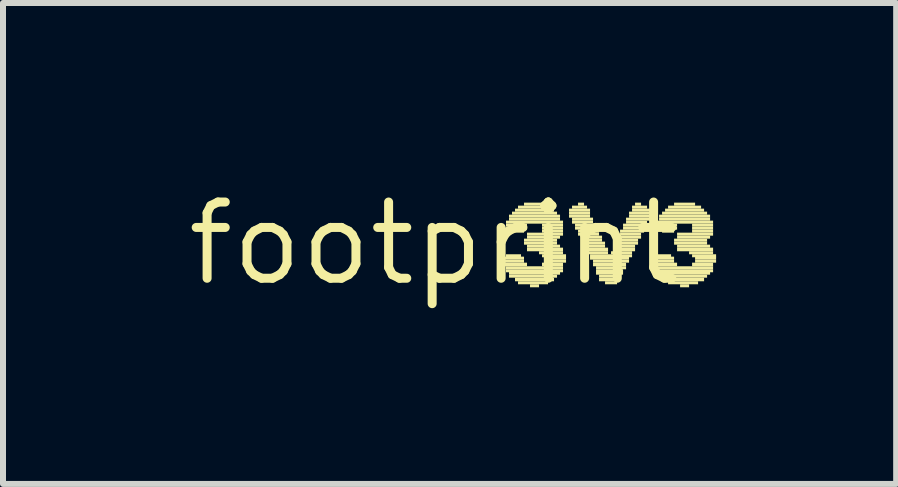
<source format=kicad_pcb>
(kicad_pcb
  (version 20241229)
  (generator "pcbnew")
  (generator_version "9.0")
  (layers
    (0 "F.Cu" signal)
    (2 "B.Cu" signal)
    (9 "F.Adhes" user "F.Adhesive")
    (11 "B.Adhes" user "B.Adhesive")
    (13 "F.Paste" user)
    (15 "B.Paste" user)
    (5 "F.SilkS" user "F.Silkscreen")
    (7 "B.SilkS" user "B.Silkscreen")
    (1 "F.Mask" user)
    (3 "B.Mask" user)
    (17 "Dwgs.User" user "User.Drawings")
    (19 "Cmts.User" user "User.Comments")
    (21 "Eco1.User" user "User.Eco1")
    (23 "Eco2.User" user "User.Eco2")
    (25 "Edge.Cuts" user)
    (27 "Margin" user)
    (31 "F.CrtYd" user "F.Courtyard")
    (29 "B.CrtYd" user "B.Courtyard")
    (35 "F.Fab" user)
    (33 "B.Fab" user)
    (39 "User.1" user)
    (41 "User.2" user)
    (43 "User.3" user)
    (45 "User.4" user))
  (footprint "footprint"
    (layer "F.Cu")
    (at 4.18 1.006)
    (property "Reference" "footprint" (at 0 0 0) (layer "F.SilkS") (effects (font (size 1.27 1.27) (thickness 0.15))))
    (fp_poly (pts (xy 1.15 0.27) (xy 1.5 0.27) (xy 1.5 0.22) (xy 1.15 0.22)) (stroke (width 0) (type solid)) (fill yes) (layer "F.SilkS"))
    (fp_poly (pts (xy 1.15 0.32) (xy 1.5 0.32) (xy 1.5 0.27) (xy 1.15 0.27)) (stroke (width 0) (type solid)) (fill yes) (layer "F.SilkS"))
    (fp_poly (pts (xy 1.15 0.38) (xy 1.55 0.38) (xy 1.55 0.32) (xy 1.15 0.32)) (stroke (width 0) (type solid)) (fill yes) (layer "F.SilkS"))
    (fp_poly (pts (xy 1.2 -0.33) (xy 2.15 -0.33) (xy 2.15 -0.38) (xy 1.2 -0.38)) (stroke (width 0) (type solid)) (fill yes) (layer "F.SilkS"))
    (fp_poly (pts (xy 1.2 -0.28) (xy 1.55 -0.28) (xy 1.55 -0.33) (xy 1.2 -0.33)) (stroke (width 0) (type solid)) (fill yes) (layer "F.SilkS"))
    (fp_poly (pts (xy 1.2 0.23) (xy 1.45 0.23) (xy 1.45 0.18) (xy 1.2 0.18)) (stroke (width 0) (type solid)) (fill yes) (layer "F.SilkS"))
    (fp_poly (pts (xy 1.2 0.43) (xy 2.15 0.43) (xy 2.15 0.38) (xy 1.2 0.38)) (stroke (width 0) (type solid)) (fill yes) (layer "F.SilkS"))
    (fp_poly (pts (xy 1.2 0.48) (xy 2.15 0.48) (xy 2.15 0.43) (xy 1.2 0.43)) (stroke (width 0) (type solid)) (fill yes) (layer "F.SilkS"))
    (fp_poly (pts (xy 1.25 -0.43) (xy 2.1 -0.43) (xy 2.1 -0.48) (xy 1.25 -0.48)) (stroke (width 0) (type solid)) (fill yes) (layer "F.SilkS"))
    (fp_poly (pts (xy 1.25 -0.38) (xy 2.1 -0.38) (xy 2.1 -0.43) (xy 1.25 -0.43)) (stroke (width 0) (type solid)) (fill yes) (layer "F.SilkS"))
    (fp_poly (pts (xy 1.25 -0.23) (xy 1.55 -0.23) (xy 1.55 -0.28) (xy 1.25 -0.28)) (stroke (width 0) (type solid)) (fill yes) (layer "F.SilkS"))
    (fp_poly (pts (xy 1.25 0.52) (xy 2.1 0.52) (xy 2.1 0.47) (xy 1.25 0.47)) (stroke (width 0) (type solid)) (fill yes) (layer "F.SilkS"))
    (fp_poly (pts (xy 1.25 0.57) (xy 2.05 0.57) (xy 2.05 0.52) (xy 1.25 0.52)) (stroke (width 0) (type solid)) (fill yes) (layer "F.SilkS"))
    (fp_poly (pts (xy 1.3 -0.48) (xy 2.05 -0.48) (xy 2.05 -0.53) (xy 1.3 -0.53)) (stroke (width 0) (type solid)) (fill yes) (layer "F.SilkS"))
    (fp_poly (pts (xy 1.3 -0.18) (xy 1.5 -0.18) (xy 1.5 -0.23) (xy 1.3 -0.23)) (stroke (width 0) (type solid)) (fill yes) (layer "F.SilkS"))
    (fp_poly (pts (xy 1.35 -0.53) (xy 2 -0.53) (xy 2 -0.58) (xy 1.35 -0.58)) (stroke (width 0) (type solid)) (fill yes) (layer "F.SilkS"))
    (fp_poly (pts (xy 1.35 0.63) (xy 2 0.63) (xy 2 0.57) (xy 1.35 0.57)) (stroke (width 0) (type solid)) (fill yes) (layer "F.SilkS"))
    (fp_poly (pts (xy 1.4 -0.58) (xy 1.95 -0.58) (xy 1.95 -0.63) (xy 1.4 -0.63)) (stroke (width 0) (type solid)) (fill yes) (layer "F.SilkS"))
    (fp_poly (pts (xy 1.4 0.68) (xy 1.9 0.68) (xy 1.9 0.63) (xy 1.4 0.63)) (stroke (width 0) (type solid)) (fill yes) (layer "F.SilkS"))
    (fp_poly (pts (xy 1.5 -0.63) (xy 1.85 -0.63) (xy 1.85 -0.68) (xy 1.5 -0.68)) (stroke (width 0) (type solid)) (fill yes) (layer "F.SilkS"))
    (fp_poly (pts (xy 1.5 -0.03) (xy 2.05 -0.03) (xy 2.05 -0.08) (xy 1.5 -0.08)) (stroke (width 0) (type solid)) (fill yes) (layer "F.SilkS"))
    (fp_poly (pts (xy 1.5 0.02) (xy 2.05 0.02) (xy 2.05 -0.03) (xy 1.5 -0.03)) (stroke (width 0) (type solid)) (fill yes) (layer "F.SilkS"))
    (fp_poly (pts (xy 1.55 -0.13) (xy 2.15 -0.13) (xy 2.15 -0.18) (xy 1.55 -0.18)) (stroke (width 0) (type solid)) (fill yes) (layer "F.SilkS"))
    (fp_poly (pts (xy 1.55 -0.08) (xy 2.1 -0.08) (xy 2.1 -0.13) (xy 1.55 -0.13)) (stroke (width 0) (type solid)) (fill yes) (layer "F.SilkS"))
    (fp_poly (pts (xy 1.55 0.07) (xy 2.1 0.07) (xy 2.1 0.02) (xy 1.55 0.02)) (stroke (width 0) (type solid)) (fill yes) (layer "F.SilkS"))
    (fp_poly (pts (xy 1.55 0.13) (xy 2.15 0.13) (xy 2.15 0.07) (xy 1.55 0.07)) (stroke (width 0) (type solid)) (fill yes) (layer "F.SilkS"))
    (fp_poly (pts (xy 1.6 0.73) (xy 1.75 0.73) (xy 1.75 0.68) (xy 1.6 0.68)) (stroke (width 0) (type solid)) (fill yes) (layer "F.SilkS"))
    (fp_poly (pts (xy 1.75 0.18) (xy 2.15 0.18) (xy 2.15 0.13) (xy 1.75 0.13)) (stroke (width 0) (type solid)) (fill yes) (layer "F.SilkS"))
    (fp_poly (pts (xy 1.8 -0.28) (xy 2.15 -0.28) (xy 2.15 -0.33) (xy 1.8 -0.33)) (stroke (width 0) (type solid)) (fill yes) (layer "F.SilkS"))
    (fp_poly (pts (xy 1.8 -0.23) (xy 2.15 -0.23) (xy 2.15 -0.28) (xy 1.8 -0.28)) (stroke (width 0) (type solid)) (fill yes) (layer "F.SilkS"))
    (fp_poly (pts (xy 1.8 -0.18) (xy 2.15 -0.18) (xy 2.15 -0.23) (xy 1.8 -0.23)) (stroke (width 0) (type solid)) (fill yes) (layer "F.SilkS"))
    (fp_poly (pts (xy 1.8 0.23) (xy 2.2 0.23) (xy 2.2 0.18) (xy 1.8 0.18)) (stroke (width 0) (type solid)) (fill yes) (layer "F.SilkS"))
    (fp_poly (pts (xy 1.8 0.38) (xy 2.15 0.38) (xy 2.15 0.32) (xy 1.8 0.32)) (stroke (width 0) (type solid)) (fill yes) (layer "F.SilkS"))
    (fp_poly (pts (xy 1.85 0.27) (xy 2.2 0.27) (xy 2.2 0.22) (xy 1.85 0.22)) (stroke (width 0) (type solid)) (fill yes) (layer "F.SilkS"))
    (fp_poly (pts (xy 1.85 0.32) (xy 2.2 0.32) (xy 2.2 0.27) (xy 1.85 0.27)) (stroke (width 0) (type solid)) (fill yes) (layer "F.SilkS"))
    (fp_poly (pts (xy 2.25 -0.53) (xy 2.6 -0.53) (xy 2.6 -0.58) (xy 2.25 -0.58)) (stroke (width 0) (type solid)) (fill yes) (layer "F.SilkS"))
    (fp_poly (pts (xy 2.25 -0.48) (xy 2.6 -0.48) (xy 2.6 -0.53) (xy 2.25 -0.53)) (stroke (width 0) (type solid)) (fill yes) (layer "F.SilkS"))
    (fp_poly (pts (xy 2.25 -0.43) (xy 2.6 -0.43) (xy 2.6 -0.48) (xy 2.25 -0.48)) (stroke (width 0) (type solid)) (fill yes) (layer "F.SilkS"))
    (fp_poly (pts (xy 2.3 -0.58) (xy 2.55 -0.58) (xy 2.55 -0.63) (xy 2.3 -0.63)) (stroke (width 0) (type solid)) (fill yes) (layer "F.SilkS"))
    (fp_poly (pts (xy 2.3 -0.38) (xy 2.65 -0.38) (xy 2.65 -0.43) (xy 2.3 -0.43)) (stroke (width 0) (type solid)) (fill yes) (layer "F.SilkS"))
    (fp_poly (pts (xy 2.3 -0.33) (xy 2.65 -0.33) (xy 2.65 -0.38) (xy 2.3 -0.38)) (stroke (width 0) (type solid)) (fill yes) (layer "F.SilkS"))
    (fp_poly (pts (xy 2.35 -0.28) (xy 2.7 -0.28) (xy 2.7 -0.33) (xy 2.35 -0.33)) (stroke (width 0) (type solid)) (fill yes) (layer "F.SilkS"))
    (fp_poly (pts (xy 2.35 -0.23) (xy 2.7 -0.23) (xy 2.7 -0.28) (xy 2.35 -0.28)) (stroke (width 0) (type solid)) (fill yes) (layer "F.SilkS"))
    (fp_poly (pts (xy 2.4 -0.63) (xy 2.5 -0.63) (xy 2.5 -0.68) (xy 2.4 -0.68)) (stroke (width 0) (type solid)) (fill yes) (layer "F.SilkS"))
    (fp_poly (pts (xy 2.4 -0.18) (xy 2.75 -0.18) (xy 2.75 -0.23) (xy 2.4 -0.23)) (stroke (width 0) (type solid)) (fill yes) (layer "F.SilkS"))
    (fp_poly (pts (xy 2.4 -0.13) (xy 2.75 -0.13) (xy 2.75 -0.18) (xy 2.4 -0.18)) (stroke (width 0) (type solid)) (fill yes) (layer "F.SilkS"))
    (fp_poly (pts (xy 2.45 -0.08) (xy 2.8 -0.08) (xy 2.8 -0.13) (xy 2.45 -0.13)) (stroke (width 0) (type solid)) (fill yes) (layer "F.SilkS"))
    (fp_poly (pts (xy 2.45 -0.03) (xy 2.8 -0.03) (xy 2.8 -0.08) (xy 2.45 -0.08)) (stroke (width 0) (type solid)) (fill yes) (layer "F.SilkS"))
    (fp_poly (pts (xy 2.5 0.02) (xy 2.85 0.02) (xy 2.85 -0.03) (xy 2.5 -0.03)) (stroke (width 0) (type solid)) (fill yes) (layer "F.SilkS"))
    (fp_poly (pts (xy 2.5 0.07) (xy 2.85 0.07) (xy 2.85 0.02) (xy 2.5 0.02)) (stroke (width 0) (type solid)) (fill yes) (layer "F.SilkS"))
    (fp_poly (pts (xy 2.55 0.13) (xy 2.9 0.13) (xy 2.9 0.07) (xy 2.55 0.07)) (stroke (width 0) (type solid)) (fill yes) (layer "F.SilkS"))
    (fp_poly (pts (xy 2.55 0.18) (xy 2.9 0.18) (xy 2.9 0.13) (xy 2.55 0.13)) (stroke (width 0) (type solid)) (fill yes) (layer "F.SilkS"))
    (fp_poly (pts (xy 2.6 0.23) (xy 3.3 0.23) (xy 3.3 0.18) (xy 2.6 0.18)) (stroke (width 0) (type solid)) (fill yes) (layer "F.SilkS"))
    (fp_poly (pts (xy 2.6 0.27) (xy 3.25 0.27) (xy 3.25 0.22) (xy 2.6 0.22)) (stroke (width 0) (type solid)) (fill yes) (layer "F.SilkS"))
    (fp_poly (pts (xy 2.65 0.32) (xy 3.25 0.32) (xy 3.25 0.27) (xy 2.65 0.27)) (stroke (width 0) (type solid)) (fill yes) (layer "F.SilkS"))
    (fp_poly (pts (xy 2.65 0.38) (xy 3.2 0.38) (xy 3.2 0.32) (xy 2.65 0.32)) (stroke (width 0) (type solid)) (fill yes) (layer "F.SilkS"))
    (fp_poly (pts (xy 2.7 0.43) (xy 3.2 0.43) (xy 3.2 0.38) (xy 2.7 0.38)) (stroke (width 0) (type solid)) (fill yes) (layer "F.SilkS"))
    (fp_poly (pts (xy 2.7 0.48) (xy 3.15 0.48) (xy 3.15 0.43) (xy 2.7 0.43)) (stroke (width 0) (type solid)) (fill yes) (layer "F.SilkS"))
    (fp_poly (pts (xy 2.7 0.52) (xy 3.15 0.52) (xy 3.15 0.47) (xy 2.7 0.47)) (stroke (width 0) (type solid)) (fill yes) (layer "F.SilkS"))
    (fp_poly (pts (xy 2.75 0.57) (xy 3.1 0.57) (xy 3.1 0.52) (xy 2.75 0.52)) (stroke (width 0) (type solid)) (fill yes) (layer "F.SilkS"))
    (fp_poly (pts (xy 2.75 0.63) (xy 3.1 0.63) (xy 3.1 0.57) (xy 2.75 0.57)) (stroke (width 0) (type solid)) (fill yes) (layer "F.SilkS"))
    (fp_poly (pts (xy 2.85 0.68) (xy 3.05 0.68) (xy 3.05 0.63) (xy 2.85 0.63)) (stroke (width 0) (type solid)) (fill yes) (layer "F.SilkS"))
    (fp_poly (pts (xy 2.95 0.18) (xy 3.3 0.18) (xy 3.3 0.13) (xy 2.95 0.13)) (stroke (width 0) (type solid)) (fill yes) (layer "F.SilkS"))
    (fp_poly (pts (xy 3 0.07) (xy 3.35 0.07) (xy 3.35 0.02) (xy 3 0.02)) (stroke (width 0) (type solid)) (fill yes) (layer "F.SilkS"))
    (fp_poly (pts (xy 3 0.13) (xy 3.35 0.13) (xy 3.35 0.07) (xy 3 0.07)) (stroke (width 0) (type solid)) (fill yes) (layer "F.SilkS"))
    (fp_poly (pts (xy 3.05 -0.03) (xy 3.4 -0.03) (xy 3.4 -0.08) (xy 3.05 -0.08)) (stroke (width 0) (type solid)) (fill yes) (layer "F.SilkS"))
    (fp_poly (pts (xy 3.05 0.02) (xy 3.4 0.02) (xy 3.4 -0.03) (xy 3.05 -0.03)) (stroke (width 0) (type solid)) (fill yes) (layer "F.SilkS"))
    (fp_poly (pts (xy 3.1 -0.18) (xy 3.5 -0.18) (xy 3.5 -0.23) (xy 3.1 -0.23)) (stroke (width 0) (type solid)) (fill yes) (layer "F.SilkS"))
    (fp_poly (pts (xy 3.1 -0.13) (xy 3.45 -0.13) (xy 3.45 -0.18) (xy 3.1 -0.18)) (stroke (width 0) (type solid)) (fill yes) (layer "F.SilkS"))
    (fp_poly (pts (xy 3.1 -0.08) (xy 3.45 -0.08) (xy 3.45 -0.13) (xy 3.1 -0.13)) (stroke (width 0) (type solid)) (fill yes) (layer "F.SilkS"))
    (fp_poly (pts (xy 3.15 -0.28) (xy 3.55 -0.28) (xy 3.55 -0.33) (xy 3.15 -0.33)) (stroke (width 0) (type solid)) (fill yes) (layer "F.SilkS"))
    (fp_poly (pts (xy 3.15 -0.23) (xy 3.5 -0.23) (xy 3.5 -0.28) (xy 3.15 -0.28)) (stroke (width 0) (type solid)) (fill yes) (layer "F.SilkS"))
    (fp_poly (pts (xy 3.2 -0.38) (xy 3.6 -0.38) (xy 3.6 -0.43) (xy 3.2 -0.43)) (stroke (width 0) (type solid)) (fill yes) (layer "F.SilkS"))
    (fp_poly (pts (xy 3.2 -0.33) (xy 3.55 -0.33) (xy 3.55 -0.38) (xy 3.2 -0.38)) (stroke (width 0) (type solid)) (fill yes) (layer "F.SilkS"))
    (fp_poly (pts (xy 3.25 -0.48) (xy 3.6 -0.48) (xy 3.6 -0.53) (xy 3.25 -0.53)) (stroke (width 0) (type solid)) (fill yes) (layer "F.SilkS"))
    (fp_poly (pts (xy 3.25 -0.43) (xy 3.6 -0.43) (xy 3.6 -0.48) (xy 3.25 -0.48)) (stroke (width 0) (type solid)) (fill yes) (layer "F.SilkS"))
    (fp_poly (pts (xy 3.3 -0.58) (xy 3.55 -0.58) (xy 3.55 -0.63) (xy 3.3 -0.63)) (stroke (width 0) (type solid)) (fill yes) (layer "F.SilkS"))
    (fp_poly (pts (xy 3.3 -0.53) (xy 3.6 -0.53) (xy 3.6 -0.58) (xy 3.3 -0.58)) (stroke (width 0) (type solid)) (fill yes) (layer "F.SilkS"))
    (fp_poly (pts (xy 3.35 -0.63) (xy 3.45 -0.63) (xy 3.45 -0.68) (xy 3.35 -0.68)) (stroke (width 0) (type solid)) (fill yes) (layer "F.SilkS"))
    (fp_poly (pts (xy 3.65 0.27) (xy 4 0.27) (xy 4 0.22) (xy 3.65 0.22)) (stroke (width 0) (type solid)) (fill yes) (layer "F.SilkS"))
    (fp_poly (pts (xy 3.65 0.32) (xy 4 0.32) (xy 4 0.27) (xy 3.65 0.27)) (stroke (width 0) (type solid)) (fill yes) (layer "F.SilkS"))
    (fp_poly (pts (xy 3.65 0.38) (xy 4.05 0.38) (xy 4.05 0.32) (xy 3.65 0.32)) (stroke (width 0) (type solid)) (fill yes) (layer "F.SilkS"))
    (fp_poly (pts (xy 3.7 -0.33) (xy 4.65 -0.33) (xy 4.65 -0.38) (xy 3.7 -0.38)) (stroke (width 0) (type solid)) (fill yes) (layer "F.SilkS"))
    (fp_poly (pts (xy 3.7 -0.28) (xy 4.05 -0.28) (xy 4.05 -0.33) (xy 3.7 -0.33)) (stroke (width 0) (type solid)) (fill yes) (layer "F.SilkS"))
    (fp_poly (pts (xy 3.7 0.23) (xy 3.95 0.23) (xy 3.95 0.18) (xy 3.7 0.18)) (stroke (width 0) (type solid)) (fill yes) (layer "F.SilkS"))
    (fp_poly (pts (xy 3.7 0.43) (xy 4.65 0.43) (xy 4.65 0.38) (xy 3.7 0.38)) (stroke (width 0) (type solid)) (fill yes) (layer "F.SilkS"))
    (fp_poly (pts (xy 3.7 0.48) (xy 4.65 0.48) (xy 4.65 0.43) (xy 3.7 0.43)) (stroke (width 0) (type solid)) (fill yes) (layer "F.SilkS"))
    (fp_poly (pts (xy 3.75 -0.43) (xy 4.6 -0.43) (xy 4.6 -0.48) (xy 3.75 -0.48)) (stroke (width 0) (type solid)) (fill yes) (layer "F.SilkS"))
    (fp_poly (pts (xy 3.75 -0.38) (xy 4.6 -0.38) (xy 4.6 -0.43) (xy 3.75 -0.43)) (stroke (width 0) (type solid)) (fill yes) (layer "F.SilkS"))
    (fp_poly (pts (xy 3.75 -0.23) (xy 4.05 -0.23) (xy 4.05 -0.28) (xy 3.75 -0.28)) (stroke (width 0) (type solid)) (fill yes) (layer "F.SilkS"))
    (fp_poly (pts (xy 3.75 0.52) (xy 4.6 0.52) (xy 4.6 0.47) (xy 3.75 0.47)) (stroke (width 0) (type solid)) (fill yes) (layer "F.SilkS"))
    (fp_poly (pts (xy 3.75 0.57) (xy 4.55 0.57) (xy 4.55 0.52) (xy 3.75 0.52)) (stroke (width 0) (type solid)) (fill yes) (layer "F.SilkS"))
    (fp_poly (pts (xy 3.8 -0.48) (xy 4.55 -0.48) (xy 4.55 -0.53) (xy 3.8 -0.53)) (stroke (width 0) (type solid)) (fill yes) (layer "F.SilkS"))
    (fp_poly (pts (xy 3.8 -0.18) (xy 4 -0.18) (xy 4 -0.23) (xy 3.8 -0.23)) (stroke (width 0) (type solid)) (fill yes) (layer "F.SilkS"))
    (fp_poly (pts (xy 3.85 -0.53) (xy 4.5 -0.53) (xy 4.5 -0.58) (xy 3.85 -0.58)) (stroke (width 0) (type solid)) (fill yes) (layer "F.SilkS"))
    (fp_poly (pts (xy 3.85 0.63) (xy 4.5 0.63) (xy 4.5 0.57) (xy 3.85 0.57)) (stroke (width 0) (type solid)) (fill yes) (layer "F.SilkS"))
    (fp_poly (pts (xy 3.9 -0.58) (xy 4.45 -0.58) (xy 4.45 -0.63) (xy 3.9 -0.63)) (stroke (width 0) (type solid)) (fill yes) (layer "F.SilkS"))
    (fp_poly (pts (xy 3.9 0.68) (xy 4.4 0.68) (xy 4.4 0.63) (xy 3.9 0.63)) (stroke (width 0) (type solid)) (fill yes) (layer "F.SilkS"))
    (fp_poly (pts (xy 4 -0.63) (xy 4.35 -0.63) (xy 4.35 -0.68) (xy 4 -0.68)) (stroke (width 0) (type solid)) (fill yes) (layer "F.SilkS"))
    (fp_poly (pts (xy 4 -0.03) (xy 4.55 -0.03) (xy 4.55 -0.08) (xy 4 -0.08)) (stroke (width 0) (type solid)) (fill yes) (layer "F.SilkS"))
    (fp_poly (pts (xy 4 0.02) (xy 4.55 0.02) (xy 4.55 -0.03) (xy 4 -0.03)) (stroke (width 0) (type solid)) (fill yes) (layer "F.SilkS"))
    (fp_poly (pts (xy 4.05 -0.13) (xy 4.65 -0.13) (xy 4.65 -0.18) (xy 4.05 -0.18)) (stroke (width 0) (type solid)) (fill yes) (layer "F.SilkS"))
    (fp_poly (pts (xy 4.05 -0.08) (xy 4.6 -0.08) (xy 4.6 -0.13) (xy 4.05 -0.13)) (stroke (width 0) (type solid)) (fill yes) (layer "F.SilkS"))
    (fp_poly (pts (xy 4.05 0.07) (xy 4.6 0.07) (xy 4.6 0.02) (xy 4.05 0.02)) (stroke (width 0) (type solid)) (fill yes) (layer "F.SilkS"))
    (fp_poly (pts (xy 4.05 0.13) (xy 4.65 0.13) (xy 4.65 0.07) (xy 4.05 0.07)) (stroke (width 0) (type solid)) (fill yes) (layer "F.SilkS"))
    (fp_poly (pts (xy 4.1 0.73) (xy 4.25 0.73) (xy 4.25 0.68) (xy 4.1 0.68)) (stroke (width 0) (type solid)) (fill yes) (layer "F.SilkS"))
    (fp_poly (pts (xy 4.25 0.18) (xy 4.65 0.18) (xy 4.65 0.13) (xy 4.25 0.13)) (stroke (width 0) (type solid)) (fill yes) (layer "F.SilkS"))
    (fp_poly (pts (xy 4.3 -0.28) (xy 4.65 -0.28) (xy 4.65 -0.33) (xy 4.3 -0.33)) (stroke (width 0) (type solid)) (fill yes) (layer "F.SilkS"))
    (fp_poly (pts (xy 4.3 -0.23) (xy 4.65 -0.23) (xy 4.65 -0.28) (xy 4.3 -0.28)) (stroke (width 0) (type solid)) (fill yes) (layer "F.SilkS"))
    (fp_poly (pts (xy 4.3 -0.18) (xy 4.65 -0.18) (xy 4.65 -0.23) (xy 4.3 -0.23)) (stroke (width 0) (type solid)) (fill yes) (layer "F.SilkS"))
    (fp_poly (pts (xy 4.3 0.23) (xy 4.7 0.23) (xy 4.7 0.18) (xy 4.3 0.18)) (stroke (width 0) (type solid)) (fill yes) (layer "F.SilkS"))
    (fp_poly (pts (xy 4.3 0.38) (xy 4.65 0.38) (xy 4.65 0.32) (xy 4.3 0.32)) (stroke (width 0) (type solid)) (fill yes) (layer "F.SilkS"))
    (fp_poly (pts (xy 4.35 0.27) (xy 4.7 0.27) (xy 4.7 0.22) (xy 4.35 0.22)) (stroke (width 0) (type solid)) (fill yes) (layer "F.SilkS"))
    (fp_poly (pts (xy 4.35 0.32) (xy 4.7 0.32) (xy 4.7 0.27) (xy 4.35 0.27)) (stroke (width 0) (type solid)) (fill yes) (layer "F.SilkS")))
  (gr_rect
    (start -3 -3)
    (end 11.88 5.012)
    (stroke (width 0.1) (type default))
    (fill no)
    (layer "Edge.Cuts")))
</source>
